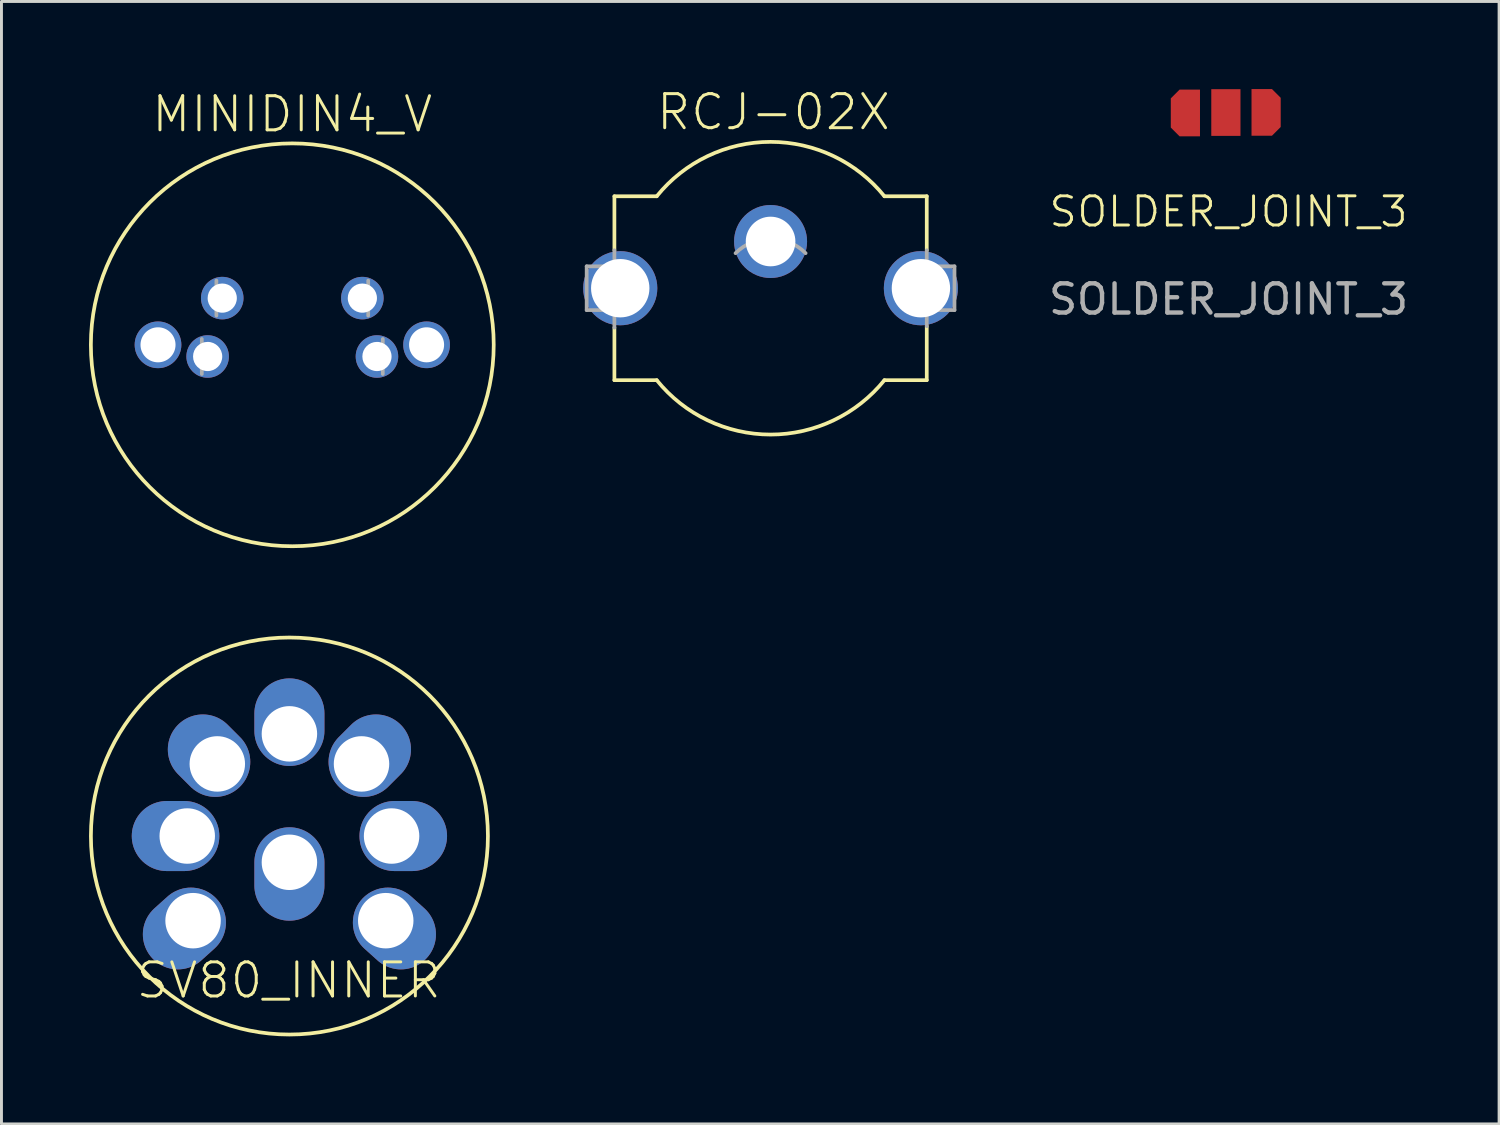
<source format=kicad_pcb>
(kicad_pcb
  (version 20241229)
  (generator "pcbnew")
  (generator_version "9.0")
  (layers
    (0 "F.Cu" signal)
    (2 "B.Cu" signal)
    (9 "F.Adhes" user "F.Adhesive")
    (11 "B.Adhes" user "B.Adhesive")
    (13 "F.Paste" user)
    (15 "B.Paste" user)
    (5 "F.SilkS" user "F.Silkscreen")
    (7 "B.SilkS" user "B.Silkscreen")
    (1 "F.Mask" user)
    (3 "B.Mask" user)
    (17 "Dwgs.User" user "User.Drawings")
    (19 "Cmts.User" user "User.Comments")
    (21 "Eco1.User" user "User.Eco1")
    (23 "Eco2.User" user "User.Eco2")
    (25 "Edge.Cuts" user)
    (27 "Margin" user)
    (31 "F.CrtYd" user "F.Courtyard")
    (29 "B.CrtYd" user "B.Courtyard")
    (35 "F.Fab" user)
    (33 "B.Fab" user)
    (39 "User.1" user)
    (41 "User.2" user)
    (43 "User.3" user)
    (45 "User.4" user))
  (footprint "SOLDER_JOINT_3"
    (layer "F.Cu")
    (at 39.035 4.701)
    (property "Reference" "SOLDER_JOINT_3" (at 0 -0.5 0) (unlocked yes) (layer "F.SilkS") (effects (font (size 1 1) (thickness 0.1))))
    (attr smd)
    (fp_text user "${REFERENCE}" (at 0 2.5 0) (unlocked yes) (layer "F.Fab") (effects (font (size 1 1) (thickness 0.15))))
    (pad "1" smd roundrect (at -1.478 -3.881 270) (size 1.6 1) (layers "F.Cu" "F.Mask" "F.Paste") (roundrect_rratio 0) (chamfer_ratio 0.3) (chamfer bottom_left bottom_right))
    (pad "2" smd rect (at -0.091 -4.296 270) (size 1.6 1) (drill (offset 0.4 0)) (layers "F.Cu" "F.Mask" "F.Paste"))
    (pad "3" smd roundrect (at 1.287 -4.301 270) (size 1.6 1) (drill (offset 0.4 0)) (layers "F.Cu" "F.Mask" "F.Paste") (roundrect_rratio 0) (chamfer_ratio 0.3) (chamfer top_left top_right)))
  (footprint "RCJ-02X"
    (layer "F.Cu")
    (at 23.347 6.823)
    (property "Reference" "RCJ-02X" (at 0.1 -5.35 0) (layer "F.SilkS") (effects (font (size 1.168 1.168) (thickness 0.102)) (justify bottom)))
    (fp_line (start -5.35 -3.15) (end -3.9 -3.15) (stroke (width 0.127) (type solid)) (layer "F.SilkS"))
    (fp_line (start -5.35 -1.3) (end -5.35 -3.15) (stroke (width 0.127) (type solid)) (layer "F.SilkS"))
    (fp_line (start -5.35 3.15) (end -5.35 1.35) (stroke (width 0.127) (type solid)) (layer "F.SilkS"))
    (fp_line (start -3.9 3.15) (end -5.35 3.15) (stroke (width 0.127) (type solid)) (layer "F.SilkS"))
    (fp_line (start 3.9 -3.15) (end 5.35 -3.15) (stroke (width 0.127) (type solid)) (layer "F.SilkS"))
    (fp_line (start 5.35 -3.15) (end 5.35 -1.3) (stroke (width 0.127) (type solid)) (layer "F.SilkS"))
    (fp_line (start 5.35 1.3) (end 5.35 3.15) (stroke (width 0.127) (type solid)) (layer "F.SilkS"))
    (fp_line (start 5.35 3.15) (end 3.9 3.15) (stroke (width 0.127) (type solid)) (layer "F.SilkS"))
    (fp_arc (start -3.9 -3.15) (mid -0.000001 -5.01322) (end 3.899999 -3.150001) (stroke (width 0.127) (type solid)) (layer "F.SilkS"))
    (fp_arc (start 3.9 3.15) (mid 0 5.013232) (end -3.9 3.15) (stroke (width 0.127) (type solid)) (layer "F.SilkS"))
    (fp_line (start -6.3 -0.75) (end -6.3 0.75) (stroke (width 0.127) (type solid)) (layer "F.Fab"))
    (fp_line (start -6.3 0.75) (end -5.35 0.75) (stroke (width 0.127) (type solid)) (layer "F.Fab"))
    (fp_line (start -5.35 -1.3) (end -5.35 -0.75) (stroke (width 0.127) (type solid)) (layer "F.Fab"))
    (fp_line (start -5.35 -0.75) (end -6.3 -0.75) (stroke (width 0.127) (type solid)) (layer "F.Fab"))
    (fp_line (start -5.35 -0.75) (end -5.35 0.75) (stroke (width 0.127) (type solid)) (layer "F.Fab"))
    (fp_line (start -5.35 0.75) (end -5.35 1.35) (stroke (width 0.127) (type solid)) (layer "F.Fab"))
    (fp_line (start 5.35 -1.3) (end 5.35 -0.75) (stroke (width 0.127) (type solid)) (layer "F.Fab"))
    (fp_line (start 5.35 -0.75) (end 5.35 0.75) (stroke (width 0.127) (type solid)) (layer "F.Fab"))
    (fp_line (start 5.35 -0.75) (end 6.3 -0.75) (stroke (width 0.127) (type solid)) (layer "F.Fab"))
    (fp_line (start 5.35 0.75) (end 5.35 1.3) (stroke (width 0.127) (type solid)) (layer "F.Fab"))
    (fp_line (start 6.3 -0.75) (end 6.3 0.75) (stroke (width 0.127) (type solid)) (layer "F.Fab"))
    (fp_line (start 6.3 0.75) (end 5.35 0.75) (stroke (width 0.127) (type solid)) (layer "F.Fab"))
    (fp_arc (start -1.2 -1.2) (mid 0 -1.697056) (end 1.2 -1.2) (stroke (width 0.127) (type solid)) (layer "F.Fab"))
    (pad "1" thru_hole circle (at 0 -1.6) (size 2.5 2.5) (drill 1.7) (layers "*.Cu" "*.Mask"))
    (pad "2" thru_hole circle (at -5.15 0) (size 2.54 2.54) (drill 2) (layers "*.Cu" "*.Mask"))
    (pad "2" thru_hole circle (at 5.15 0) (size 2.54 2.54) (drill 2) (layers "*.Cu" "*.Mask")))
  (footprint "MINIDIN4_V"
    (layer "F.Cu")
    (at 6.963 8.762)
    (property "Reference" "MINIDIN4_V" (at 0 -7.9 0) (layer "F.SilkS") (effects (font (size 1.168 1.168) (thickness 0.102))))
    (fp_circle (center 0 0) (end 6.9 0) (stroke (width 0.127) (type solid)) (fill no) (layer "F.SilkS"))
    (fp_line (start -3.1 -0.2) (end -3.1 1) (stroke (width 0.127) (type solid)) (layer "F.Fab"))
    (fp_line (start -2.6 -2.2) (end -2.6 -1) (stroke (width 0.127) (type solid)) (layer "F.Fab"))
    (fp_line (start 2.6 -2.2) (end 2.6 -1) (stroke (width 0.127) (type solid)) (layer "F.Fab"))
    (fp_line (start 3.1 1) (end 3.1 -0.2) (stroke (width 0.127) (type solid)) (layer "F.Fab"))
    (pad "" thru_hole circle (at -4.6 0) (size 1.6 1.6) (drill 1.2) (layers "*.Cu" "*.Mask"))
    (pad "" thru_hole circle (at 4.6 0) (size 1.6 1.6) (drill 1.2) (layers "*.Cu" "*.Mask"))
    (pad "1" thru_hole circle (at 2.9 0.4) (size 1.457 1.457) (drill 1) (layers "*.Cu" "*.Mask"))
    (pad "2" thru_hole circle (at -2.9 0.4) (size 1.457 1.457) (drill 1) (layers "*.Cu" "*.Mask"))
    (pad "3" thru_hole circle (at 2.4 -1.6) (size 1.457 1.457) (drill 1) (layers "*.Cu" "*.Mask"))
    (pad "4" thru_hole circle (at -2.4 -1.6) (size 1.457 1.457) (drill 1) (layers "*.Cu" "*.Mask")))
  (footprint "SV80_INNER"
    (layer "F.Cu")
    (at 6.864 25.589)
    (property "Reference" "SV80_INNER" (at -0.024 5.627 0) (layer "F.SilkS") (effects (font (size 1.168 1.168) (thickness 0.102)) (justify bottom)))
    (fp_circle (center 0 0) (end 6.8 0) (stroke (width 0.127) (type solid)) (fill no) (layer "F.SilkS"))
    (fp_circle (center -3.5 0) (end -3.1 0) (stroke (width 0.8) (type solid)) (fill no) (layer "F.Fab"))
    (fp_circle (center -3.3 2.9) (end -2.9 2.9) (stroke (width 0.8) (type solid)) (fill no) (layer "F.Fab"))
    (fp_circle (center -2.47 -2.47) (end -2.07 -2.47) (stroke (width 0.8) (type solid)) (fill no) (layer "F.Fab"))
    (fp_circle (center 0 -3.5) (end 0.4 -3.5) (stroke (width 0.8) (type solid)) (fill no) (layer "F.Fab"))
    (fp_circle (center 0 0.9) (end 0.4 0.9) (stroke (width 0.8) (type solid)) (fill no) (layer "F.Fab"))
    (fp_circle (center 2.47 -2.47) (end 2.87 -2.47) (stroke (width 0.8) (type solid)) (fill no) (layer "F.Fab"))
    (fp_circle (center 3.3 2.9) (end 3.7 2.9) (stroke (width 0.8) (type solid)) (fill no) (layer "F.Fab"))
    (fp_circle (center 3.5 0) (end 3.9 0) (stroke (width 0.8) (type solid)) (fill no) (layer "F.Fab"))
    (pad "1" thru_hole oval (at 3.5 0) (size 3 2.4) (drill 1.9 (offset 0.4 0)) (layers "*.Cu" "*.Mask"))
    (pad "2" thru_hole oval (at 0 -3.5 90) (size 3 2.4) (drill 1.9 (offset 0.4 0)) (layers "*.Cu" "*.Mask"))
    (pad "3" thru_hole oval (at -3.5 0 180) (size 3 2.4) (drill 1.9 (offset 0.4 0)) (layers "*.Cu" "*.Mask"))
    (pad "4" thru_hole oval (at 2.47 -2.47 45) (size 3 2.4) (drill 1.9 (offset 0.4 0)) (layers "*.Cu" "*.Mask"))
    (pad "5" thru_hole oval (at -2.47 -2.47 135) (size 3 2.4) (drill 1.9 (offset 0.4 0)) (layers "*.Cu" "*.Mask"))
    (pad "6" thru_hole oval (at 0 0.9 270) (size 3.2 2.4) (drill 1.9 (offset 0.4 0)) (layers "*.Cu" "*.Mask"))
    (pad "7" thru_hole oval (at 3.3 2.9 318) (size 3 2.4) (drill 1.9 (offset 0.4 0)) (layers "*.Cu" "*.Mask"))
    (pad "8" thru_hole oval (at -3.3 2.9 222) (size 3 2.4) (drill 1.9 (offset 0.4 0)) (layers "*.Cu" "*.Mask")))
  (gr_rect
    (start -3 -3)
    (end 48.303 35.452)
    (stroke (width 0.1) (type default))
    (fill no)
    (layer "Edge.Cuts")))
</source>
